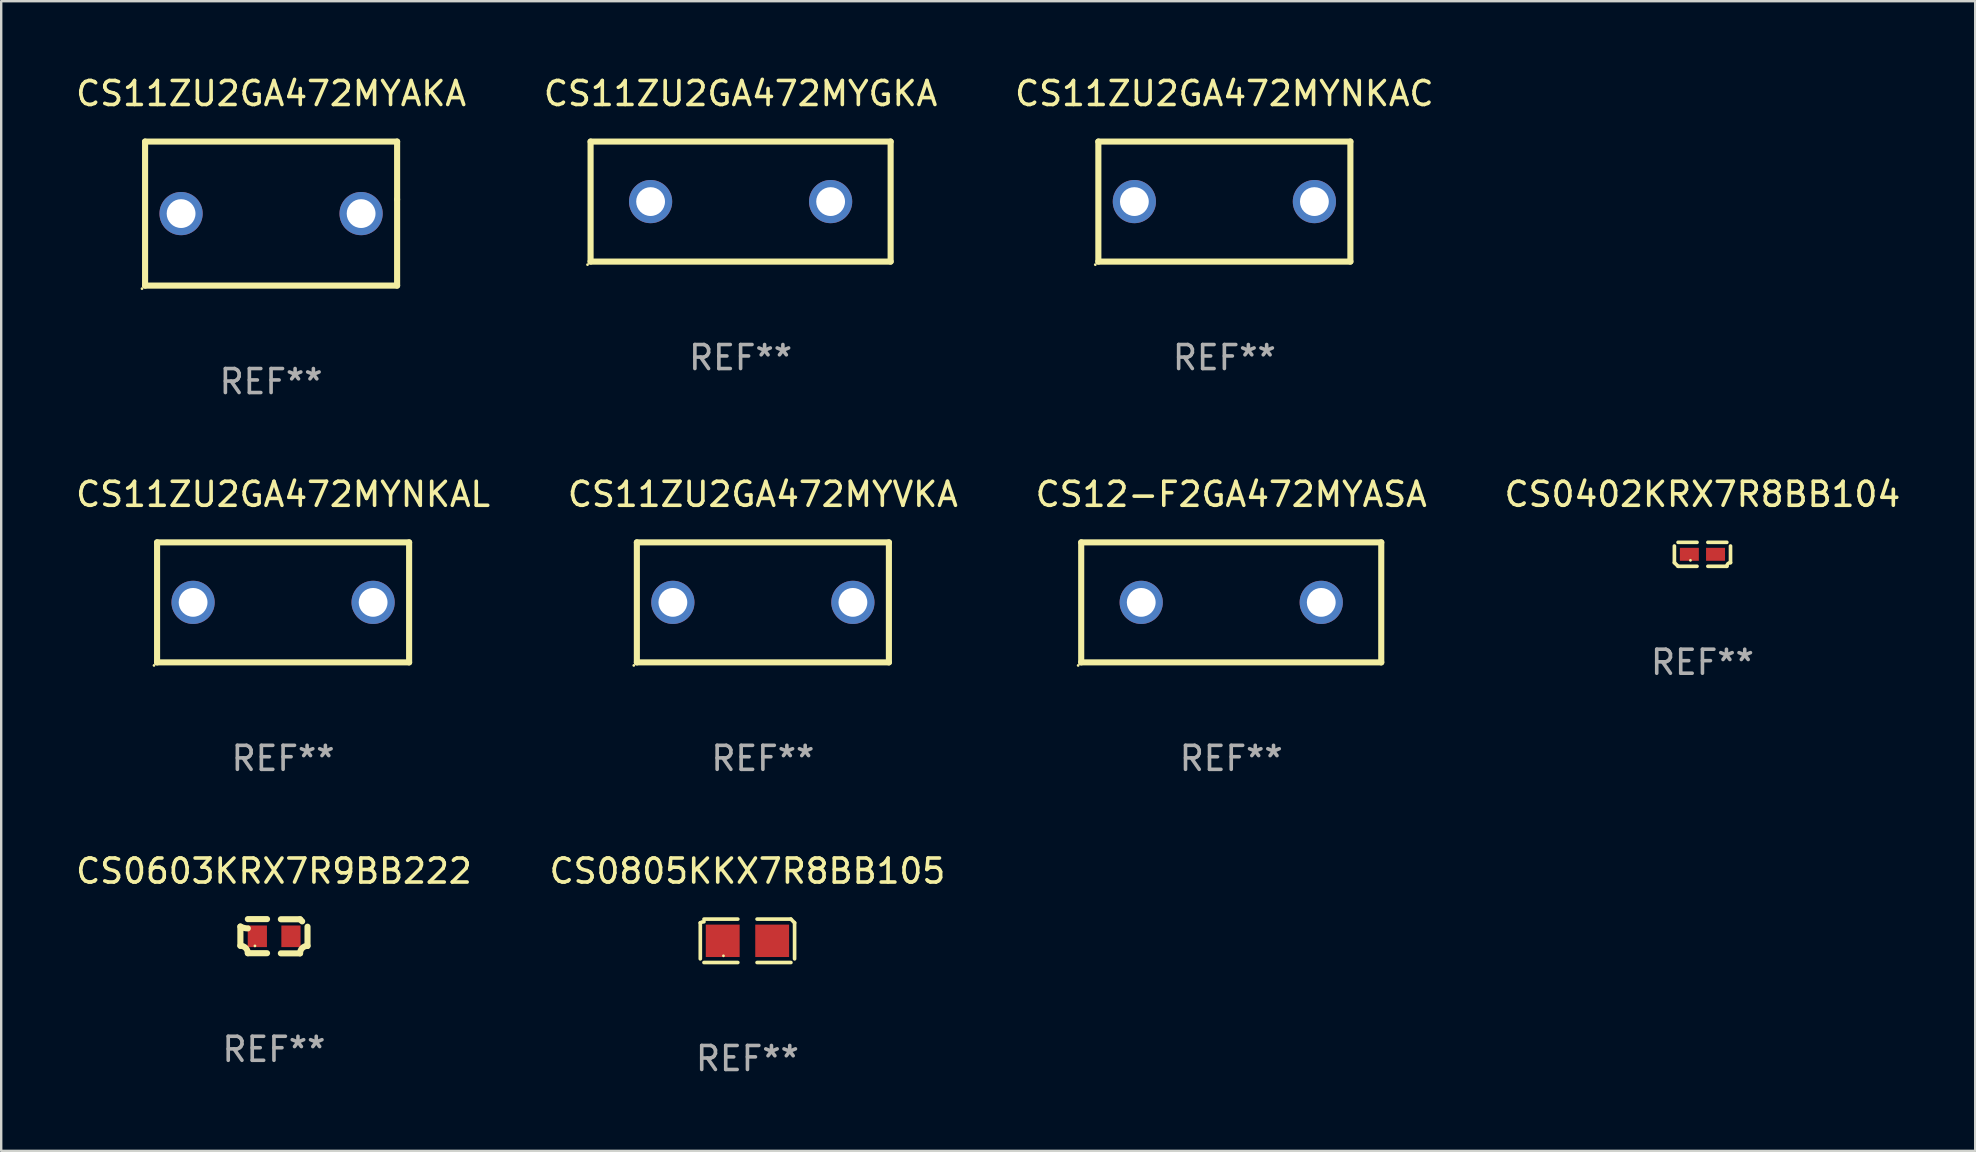
<source format=kicad_pcb>
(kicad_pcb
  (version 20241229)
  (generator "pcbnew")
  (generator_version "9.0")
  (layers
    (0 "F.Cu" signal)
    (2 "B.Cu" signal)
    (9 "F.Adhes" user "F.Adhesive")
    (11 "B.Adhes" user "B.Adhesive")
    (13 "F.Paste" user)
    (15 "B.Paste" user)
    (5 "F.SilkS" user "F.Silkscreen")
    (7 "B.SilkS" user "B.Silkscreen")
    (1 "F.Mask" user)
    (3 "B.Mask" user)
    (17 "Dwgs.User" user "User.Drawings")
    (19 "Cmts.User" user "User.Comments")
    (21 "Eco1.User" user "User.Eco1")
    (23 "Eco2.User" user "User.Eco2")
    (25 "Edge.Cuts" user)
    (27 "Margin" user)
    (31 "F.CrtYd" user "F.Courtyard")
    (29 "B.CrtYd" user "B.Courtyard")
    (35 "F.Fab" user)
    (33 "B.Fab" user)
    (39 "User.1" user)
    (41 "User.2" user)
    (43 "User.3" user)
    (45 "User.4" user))
  (footprint "CS11ZU2GA472MYAKA"
    (layer "F.Cu")
    (at 8.244 5.848)
    (property "Reference" "CS11ZU2GA472MYAKA" (at 0 -5 0) (layer "F.SilkS") (effects (font (size 1 1) (thickness 0.15))))
    (attr through_hole)
    (fp_line (start -5.25 -3) (end 5.25 -3) (stroke (width 0.254) (type solid)) (layer "F.SilkS"))
    (fp_line (start -5.25 3) (end -5.25 -3) (stroke (width 0.254) (type solid)) (layer "F.SilkS"))
    (fp_line (start 5.25 -0.591) (end 5.25 -3) (stroke (width 0.254) (type solid)) (layer "F.SilkS"))
    (fp_line (start 5.25 3) (end 5.25 -0.591) (stroke (width 0.254) (type solid)) (layer "F.SilkS"))
    (fp_line (start 5.25 3) (end -5.25 3) (stroke (width 0.254) (type solid)) (layer "F.SilkS"))
    (fp_circle (center -5.377 3.127) (end -5.347 3.127) (stroke (width 0.06) (type solid)) (fill no) (layer "F.SilkS"))
    (fp_text user "REF**" (at 0 7 0) (layer "F.Fab") (effects (font (size 1 1) (thickness 0.15))))
    (pad "1" thru_hole circle (at -3.75 0) (size 1.8 1.8) (drill 1.2) (layers "*.Cu" "*.Mask"))
    (pad "2" thru_hole circle (at 3.75 0) (size 1.8 1.8) (drill 1.2) (layers "*.Cu" "*.Mask")))
  (footprint "CS11ZU2GA472MYGKA"
    (layer "F.Cu")
    (at 27.804 5.348)
    (property "Reference" "CS11ZU2GA472MYGKA" (at 0 -4.5 0) (layer "F.SilkS") (effects (font (size 1 1) (thickness 0.15))))
    (attr through_hole)
    (fp_line (start -6.25 -2.5) (end 6.25 -2.5) (stroke (width 0.254) (type solid)) (layer "F.SilkS"))
    (fp_line (start -6.25 2.5) (end -6.25 -2.5) (stroke (width 0.254) (type solid)) (layer "F.SilkS"))
    (fp_line (start 6.25 -2.5) (end 6.25 2.5) (stroke (width 0.254) (type solid)) (layer "F.SilkS"))
    (fp_line (start 6.25 2.5) (end -6.25 2.5) (stroke (width 0.254) (type solid)) (layer "F.SilkS"))
    (fp_circle (center -6.377 2.627) (end -6.347 2.627) (stroke (width 0.06) (type solid)) (fill no) (layer "F.SilkS"))
    (fp_text user "REF**" (at 0 6.5 0) (layer "F.Fab") (effects (font (size 1 1) (thickness 0.15))))
    (pad "1" thru_hole circle (at -3.75 0) (size 1.8 1.8) (drill 1.2) (layers "*.Cu" "*.Mask"))
    (pad "2" thru_hole circle (at 3.75 0) (size 1.8 1.8) (drill 1.2) (layers "*.Cu" "*.Mask")))
  (footprint "CS0603KRX7R9BB222"
    (layer "F.Cu")
    (at 8.363 35.954)
    (property "Reference" "CS0603KRX7R9BB222" (at 0 -2.713 0) (layer "F.SilkS") (effects (font (size 1 1) (thickness 0.15))))
    (attr through_hole)
    (fp_line (start -1.398 -0.403) (end -1.398 0.397) (stroke (width 0.254) (type solid)) (layer "F.SilkS"))
    (fp_line (start -0.288 -0.713) (end -1.088 -0.713) (stroke (width 0.254) (type solid)) (layer "F.SilkS"))
    (fp_line (start -0.288 0.707) (end -1.088 0.707) (stroke (width 0.254) (type solid)) (layer "F.SilkS"))
    (fp_line (start 0.288 -0.707) (end 1.088 -0.707) (stroke (width 0.254) (type solid)) (layer "F.SilkS"))
    (fp_line (start 0.288 0.713) (end 1.088 0.713) (stroke (width 0.254) (type solid)) (layer "F.SilkS"))
    (fp_line (start 1.398 -0.397) (end 1.398 0.403) (stroke (width 0.254) (type solid)) (layer "F.SilkS"))
    (fp_arc (start -1.397789 0.397066) (mid -1.178701 0.487826) (end -1.08796 0.706922) (stroke (width 0.254001) (type solid)) (layer "F.SilkS"))
    (fp_arc (start -1.08796 -0.327176) (mid -1.247436 -0.346384) (end -1.39779 -0.402908) (stroke (width 0.254001) (type solid)) (layer "F.SilkS"))
    (fp_arc (start 1.087909 0.712738) (mid 1.178656 0.493655) (end 1.397739 0.402908) (stroke (width 0.254001) (type solid)) (layer "F.SilkS"))
    (fp_arc (start 1.175925 -0.618926) (mid 1.131917 -0.662923) (end 1.08791 -0.706922) (stroke (width 0.254001) (type solid)) (layer "F.SilkS"))
    (fp_circle (center -0.792 0.403) (end -0.762 0.403) (stroke (width 0.06) (type solid)) (fill no) (layer "F.SilkS"))
    (fp_text user "REF**" (at 0 4.713 0) (layer "F.Fab") (effects (font (size 1 1) (thickness 0.15))))
    (pad "1" smd rect (at -0.692 0.003) (size 0.8 0.9) (layers "F.Cu" "F.Mask" "F.Paste"))
    (pad "2" smd rect (at 0.708 0.003) (size 0.8 0.9) (layers "F.Cu" "F.Mask" "F.Paste")))
  (footprint "CS0805KKX7R8BB105"
    (layer "F.Cu")
    (at 28.089 36.145)
    (property "Reference" "CS0805KKX7R8BB105" (at 0 -2.904 0) (layer "F.SilkS") (effects (font (size 1 1) (thickness 0.15))))
    (attr through_hole)
    (fp_line (start -1.964 0.751) (end -1.964 -0.751) (stroke (width 0.152) (type solid)) (layer "F.SilkS"))
    (fp_line (start -1.811 -0.904) (end -0.401 -0.904) (stroke (width 0.152) (type solid)) (layer "F.SilkS"))
    (fp_line (start -0.401 0.904) (end -1.811 0.904) (stroke (width 0.152) (type solid)) (layer "F.SilkS"))
    (fp_line (start 0.401 0.904) (end 1.811 0.904) (stroke (width 0.152) (type solid)) (layer "F.SilkS"))
    (fp_line (start 1.811 -0.904) (end 0.401 -0.904) (stroke (width 0.152) (type solid)) (layer "F.SilkS"))
    (fp_line (start 1.964 0.751) (end 1.964 -0.751) (stroke (width 0.152) (type solid)) (layer "F.SilkS"))
    (fp_arc (start -1.963602 -0.751207) (mid -1.890354 -0.783131) (end -1.811201 -0.794044) (stroke (width 0.1524) (type solid)) (layer "F.SilkS"))
    (fp_arc (start 1.811202 -0.903607) (mid 1.887413 -0.827418) (end 1.963602 -0.751207) (stroke (width 0.1524) (type solid)) (layer "F.SilkS"))
    (fp_circle (center -1 0.625) (end -0.97 0.625) (stroke (width 0.06) (type solid)) (fill no) (layer "F.SilkS"))
    (fp_text user "REF**" (at 0 4.904 0) (layer "F.Fab") (effects (font (size 1 1) (thickness 0.15))))
    (pad "1" smd rect (at -1.03 0) (size 1.41 1.35) (layers "F.Cu" "F.Mask" "F.Paste"))
    (pad "2" smd rect (at 1.03 0) (size 1.41 1.35) (layers "F.Cu" "F.Mask" "F.Paste")))
  (footprint "CS11ZU2GA472MYNKAL"
    (layer "F.Cu")
    (at 8.744 22.045)
    (property "Reference" "CS11ZU2GA472MYNKAL" (at 0 -4.5 0) (layer "F.SilkS") (effects (font (size 1 1) (thickness 0.15))))
    (attr through_hole)
    (fp_line (start -5.25 -2.5) (end 5.25 -2.5) (stroke (width 0.254) (type solid)) (layer "F.SilkS"))
    (fp_line (start -5.25 2.5) (end -5.25 -2.5) (stroke (width 0.254) (type solid)) (layer "F.SilkS"))
    (fp_line (start 5.25 -2.5) (end 5.25 2.5) (stroke (width 0.254) (type solid)) (layer "F.SilkS"))
    (fp_line (start 5.25 2.5) (end -5.25 2.5) (stroke (width 0.254) (type solid)) (layer "F.SilkS"))
    (fp_circle (center -5.377 2.627) (end -5.347 2.627) (stroke (width 0.06) (type solid)) (fill no) (layer "F.SilkS"))
    (fp_text user "REF**" (at 0 6.5 0) (layer "F.Fab") (effects (font (size 1 1) (thickness 0.15))))
    (pad "1" thru_hole circle (at -3.75 0) (size 1.8 1.8) (drill 1.2) (layers "*.Cu" "*.Mask"))
    (pad "2" thru_hole circle (at 3.75 0) (size 1.8 1.8) (drill 1.2) (layers "*.Cu" "*.Mask")))
  (footprint "CS0402KRX7R8BB104"
    (layer "F.Cu")
    (at 67.875 20.043)
    (property "Reference" "CS0402KRX7R8BB104" (at 0 -2.499 0) (layer "F.SilkS") (effects (font (size 1 1) (thickness 0.15))))
    (attr through_hole)
    (fp_line (start -1.169 0.346) (end -1.169 -0.346) (stroke (width 0.152) (type solid)) (layer "F.SilkS"))
    (fp_line (start -1.016 -0.499) (end -0.226 -0.499) (stroke (width 0.152) (type solid)) (layer "F.SilkS"))
    (fp_line (start -0.226 0.499) (end -1.016 0.499) (stroke (width 0.152) (type solid)) (layer "F.SilkS"))
    (fp_line (start 0.226 0.499) (end 1.016 0.499) (stroke (width 0.152) (type solid)) (layer "F.SilkS"))
    (fp_line (start 1.016 -0.499) (end 0.226 -0.499) (stroke (width 0.152) (type solid)) (layer "F.SilkS"))
    (fp_line (start 1.169 0.346) (end 1.169 -0.346) (stroke (width 0.152) (type solid)) (layer "F.SilkS"))
    (fp_arc (start -1.016307 0.498603) (mid -1.092512 0.422405) (end -1.16871 0.3462) (stroke (width 0.1524) (type solid)) (layer "F.SilkS"))
    (fp_arc (start 1.016307 0.498603) (mid 1.060899 0.390758) (end 1.168707 0.346076) (stroke (width 0.1524) (type solid)) (layer "F.SilkS"))
    (fp_circle (center -0.5 0.25) (end -0.47 0.25) (stroke (width 0.06) (type solid)) (fill no) (layer "F.SilkS"))
    (fp_text user "REF**" (at 0 4.499 0) (layer "F.Fab") (effects (font (size 1 1) (thickness 0.15))))
    (pad "1" smd rect (at -0.545 0) (size 0.79 0.54) (layers "F.Cu" "F.Mask" "F.Paste"))
    (pad "2" smd rect (at 0.545 0) (size 0.79 0.54) (layers "F.Cu" "F.Mask" "F.Paste")))
  (footprint "CS12-F2GA472MYASA"
    (layer "F.Cu")
    (at 48.244 22.045)
    (property "Reference" "CS12-F2GA472MYASA" (at 0 -4.5 0) (layer "F.SilkS") (effects (font (size 1 1) (thickness 0.15))))
    (attr through_hole)
    (fp_line (start -6.25 -2.5) (end 6.25 -2.5) (stroke (width 0.254) (type solid)) (layer "F.SilkS"))
    (fp_line (start -6.25 2.5) (end -6.25 -2.5) (stroke (width 0.254) (type solid)) (layer "F.SilkS"))
    (fp_line (start 6.25 -2.5) (end 6.25 2.5) (stroke (width 0.254) (type solid)) (layer "F.SilkS"))
    (fp_line (start 6.25 2.5) (end -6.25 2.5) (stroke (width 0.254) (type solid)) (layer "F.SilkS"))
    (fp_circle (center -6.377 2.627) (end -6.347 2.627) (stroke (width 0.06) (type solid)) (fill no) (layer "F.SilkS"))
    (fp_text user "REF**" (at 0 6.5 0) (layer "F.Fab") (effects (font (size 1 1) (thickness 0.15))))
    (pad "1" thru_hole circle (at -3.75 0) (size 1.8 1.8) (drill 1.2) (layers "*.Cu" "*.Mask"))
    (pad "2" thru_hole circle (at 3.75 0) (size 1.8 1.8) (drill 1.2) (layers "*.Cu" "*.Mask")))
  (footprint "CS11ZU2GA472MYNKAC"
    (layer "F.Cu")
    (at 47.958 5.348)
    (property "Reference" "CS11ZU2GA472MYNKAC" (at 0 -4.5 0) (layer "F.SilkS") (effects (font (size 1 1) (thickness 0.15))))
    (attr through_hole)
    (fp_line (start -5.25 -2.5) (end 5.25 -2.5) (stroke (width 0.254) (type solid)) (layer "F.SilkS"))
    (fp_line (start -5.25 2.5) (end -5.25 -2.5) (stroke (width 0.254) (type solid)) (layer "F.SilkS"))
    (fp_line (start 5.25 -2.5) (end 5.25 2.5) (stroke (width 0.254) (type solid)) (layer "F.SilkS"))
    (fp_line (start 5.25 2.5) (end -5.25 2.5) (stroke (width 0.254) (type solid)) (layer "F.SilkS"))
    (fp_circle (center -5.377 2.627) (end -5.347 2.627) (stroke (width 0.06) (type solid)) (fill no) (layer "F.SilkS"))
    (fp_text user "REF**" (at 0 6.5 0) (layer "F.Fab") (effects (font (size 1 1) (thickness 0.15))))
    (pad "1" thru_hole circle (at -3.75 0) (size 1.8 1.8) (drill 1.2) (layers "*.Cu" "*.Mask"))
    (pad "2" thru_hole circle (at 3.75 0) (size 1.8 1.8) (drill 1.2) (layers "*.Cu" "*.Mask")))
  (footprint "CS11ZU2GA472MYVKA"
    (layer "F.Cu")
    (at 28.732 22.045)
    (property "Reference" "CS11ZU2GA472MYVKA" (at 0 -4.5 0) (layer "F.SilkS") (effects (font (size 1 1) (thickness 0.15))))
    (attr through_hole)
    (fp_line (start -5.25 -2.5) (end 5.25 -2.5) (stroke (width 0.254) (type solid)) (layer "F.SilkS"))
    (fp_line (start -5.25 2.5) (end -5.25 -2.5) (stroke (width 0.254) (type solid)) (layer "F.SilkS"))
    (fp_line (start 5.25 -2.5) (end 5.25 2.5) (stroke (width 0.254) (type solid)) (layer "F.SilkS"))
    (fp_line (start 5.25 2.5) (end -5.25 2.5) (stroke (width 0.254) (type solid)) (layer "F.SilkS"))
    (fp_circle (center -5.377 2.627) (end -5.347 2.627) (stroke (width 0.06) (type solid)) (fill no) (layer "F.SilkS"))
    (fp_text user "REF**" (at 0 6.5 0) (layer "F.Fab") (effects (font (size 1 1) (thickness 0.15))))
    (pad "1" thru_hole circle (at -3.75 0) (size 1.8 1.8) (drill 1.2) (layers "*.Cu" "*.Mask"))
    (pad "2" thru_hole circle (at 3.75 0) (size 1.8 1.8) (drill 1.2) (layers "*.Cu" "*.Mask")))
  (gr_rect
    (start -3 -3)
    (end 79.238 44.897)
    (stroke (width 0.1) (type default))
    (fill no)
    (layer "Edge.Cuts")))
</source>
